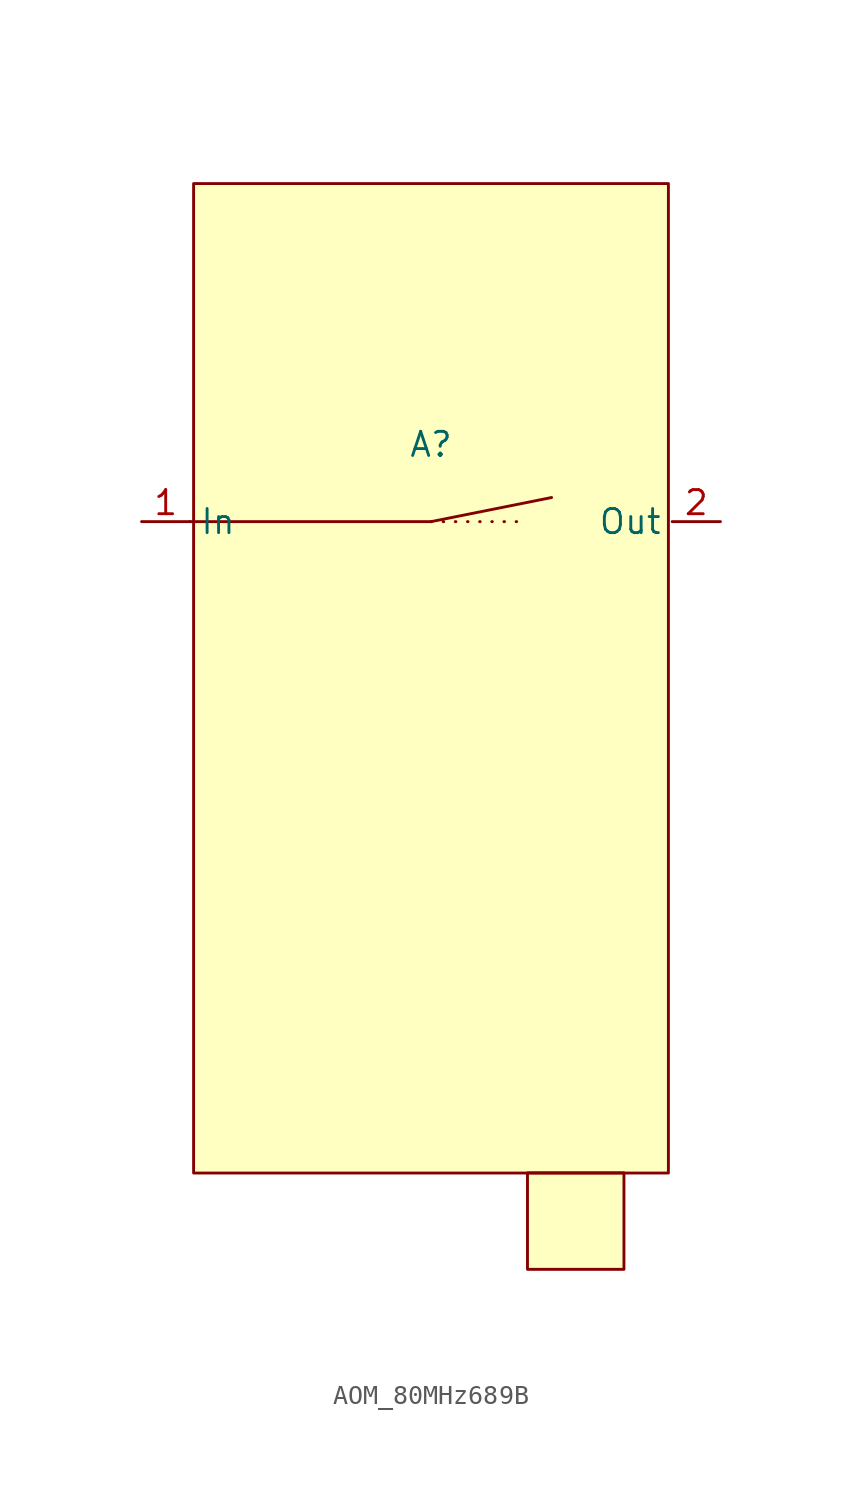
<source format=kicad_sym>
(kicad_symbol_lib
  (version 20241209)
  (generator "kicad_symbol_editor")
  (generator_version "9.0")
  (symbol "AOM_80MHz689B"
    (property "Reference" "A"
      (at 0 4.064 0)
      (effects (font (size 1.27 1.27))))
    (property "Value" ""
      (at 0 0 0)
      (effects (font (size 1.27 1.27))))
    (symbol "AOM_80MHz689B_1_1"
      (polyline (pts (xy -12.7 0) (xy 0 0) (xy 6.35 1.27)) (stroke (width 0) (type solid)) (fill (type none)))
      (rectangle (start -12.5 17.8) (end 12.5 -34.3) (stroke (width 0) (type default)) (fill (type background)))
      (polyline (pts (xy 0 0) (xy 5.08 0)) (stroke (width 0) (type dot)) (fill (type none)))
      (rectangle (start 5.08 -34.29) (end 10.16 -39.37) (stroke (width 0) (type default)) (fill (type background)))
      (pin passive line (at -15.24 0 0) (length 2.54) (name "In" (effects (font (size 1.27 1.27)))) (number "1" (effects (font (size 1.27 1.27)))))
      (pin passive line (at 15.24 0 180) (length 2.54) (name "Out" (effects (font (size 1.27 1.27)))) (number "2" (effects (font (size 1.27 1.27))))))))
</source>
